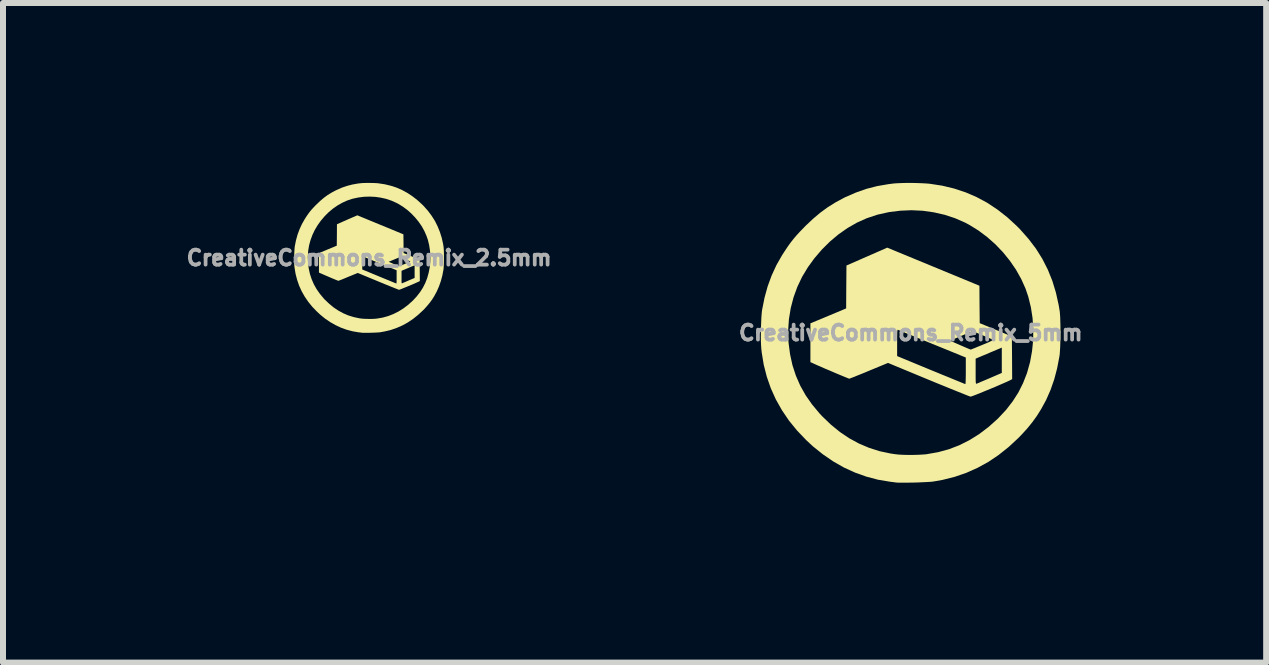
<source format=kicad_pcb>
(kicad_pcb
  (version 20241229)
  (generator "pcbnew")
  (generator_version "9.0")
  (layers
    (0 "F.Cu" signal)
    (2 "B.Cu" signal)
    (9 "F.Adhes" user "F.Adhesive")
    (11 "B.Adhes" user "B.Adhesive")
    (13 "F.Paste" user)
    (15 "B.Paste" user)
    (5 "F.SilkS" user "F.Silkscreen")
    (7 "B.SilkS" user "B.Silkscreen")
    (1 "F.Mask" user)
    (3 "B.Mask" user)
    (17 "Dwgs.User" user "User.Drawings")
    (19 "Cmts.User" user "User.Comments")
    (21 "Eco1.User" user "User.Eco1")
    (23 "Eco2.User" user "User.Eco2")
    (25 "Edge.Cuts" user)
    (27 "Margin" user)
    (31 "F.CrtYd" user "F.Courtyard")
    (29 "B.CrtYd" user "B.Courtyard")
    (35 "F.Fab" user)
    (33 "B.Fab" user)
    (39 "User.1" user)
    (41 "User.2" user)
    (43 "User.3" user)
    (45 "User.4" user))
  (footprint "CreativeCommons_Remix_5mm"
    (layer "F.Cu")
    (at 12.135 2.5)
    (property "Reference" "CreativeCommons_Remix_5mm" (at 0 0 0) (layer "F.Fab") (effects (font (size 0.25 0.25) (thickness 0.3))))
    (attr board_only exclude_from_pos_files exclude_from_bom)
    (fp_poly (pts (xy 0.376 -1.104) (xy 1.145 -0.786) (xy 1.147 -0.474) (xy 1.15 -0.162) (xy 1.686 0.06) (xy 1.689 0.416) (xy 1.691 0.772) (xy 1.648 0.794) (xy 1.619 0.808) (xy 1.578 0.826) (xy 1.528 0.848) (xy 1.47 0.873) (xy 1.408 0.9) (xy 1.343 0.927) (xy 1.277 0.954) (xy 1.214 0.98) (xy 1.154 1.005) (xy 1.101 1.026) (xy 1.057 1.043) (xy 1.024 1.055) (xy 1.003 1.062) (xy 0.999 1.063) (xy 0.987 1.06) (xy 0.96 1.05) (xy 0.919 1.034) (xy 0.865 1.012) (xy 0.799 0.986) (xy 0.723 0.955) (xy 0.638 0.921) (xy 0.546 0.883) (xy 0.447 0.843) (xy 0.343 0.8) (xy 0.299 0.782) (xy -0.379 0.501) (xy -0.696 0.632) (xy -0.767 0.662) (xy -0.834 0.689) (xy -0.894 0.713) (xy -0.945 0.734) (xy -0.985 0.749) (xy -1.013 0.76) (xy -1.026 0.764) (xy -1.026 0.764) (xy -1.037 0.76) (xy -1.062 0.75) (xy -1.099 0.735) (xy -1.145 0.716) (xy -1.2 0.693) (xy -1.26 0.668) (xy -1.322 0.641) (xy -1.386 0.614) (xy -1.448 0.588) (xy -1.506 0.562) (xy -1.558 0.54) (xy -1.602 0.52) (xy -1.635 0.505) (xy -1.643 0.501) (xy -1.673 0.488) (xy -1.673 0.387) (xy -0.227 0.387) (xy 0.339 0.621) (xy 0.435 0.66) (xy 0.526 0.698) (xy 0.611 0.732) (xy 0.688 0.764) (xy 0.756 0.792) (xy 0.813 0.815) (xy 0.859 0.834) (xy 0.891 0.847) (xy 0.908 0.853) (xy 0.911 0.854) (xy 0.913 0.846) (xy 0.915 0.821) (xy 0.916 0.784) (xy 0.917 0.735) (xy 0.918 0.679) (xy 0.918 0.642) (xy 1.082 0.642) (xy 1.082 0.709) (xy 1.082 0.76) (xy 1.083 0.798) (xy 1.084 0.823) (xy 1.086 0.839) (xy 1.089 0.846) (xy 1.093 0.849) (xy 1.099 0.847) (xy 1.099 0.847) (xy 1.112 0.842) (xy 1.139 0.831) (xy 1.177 0.814) (xy 1.225 0.794) (xy 1.279 0.771) (xy 1.317 0.755) (xy 1.518 0.668) (xy 1.518 0.457) (xy 1.518 0.246) (xy 1.425 0.285) (xy 1.38 0.304) (xy 1.325 0.327) (xy 1.267 0.352) (xy 1.212 0.375) (xy 1.207 0.377) (xy 1.082 0.43) (xy 1.082 0.642) (xy 0.918 0.642) (xy 0.918 0.633) (xy 0.918 0.411) (xy 0.357 0.182) (xy 0.261 0.143) (xy 0.229 0.13) (xy 0.654 0.13) (xy 0.825 0.205) (xy 0.876 0.227) (xy 0.922 0.247) (xy 0.96 0.263) (xy 0.987 0.274) (xy 1 0.278) (xy 1.001 0.279) (xy 1.011 0.275) (xy 1.035 0.265) (xy 1.071 0.251) (xy 1.116 0.232) (xy 1.168 0.211) (xy 1.194 0.2) (xy 1.248 0.178) (xy 1.295 0.158) (xy 1.333 0.14) (xy 1.36 0.127) (xy 1.374 0.119) (xy 1.375 0.118) (xy 1.365 0.112) (xy 1.341 0.101) (xy 1.305 0.086) (xy 1.26 0.066) (xy 1.21 0.045) (xy 1.201 0.041) (xy 1.033 -0.029) (xy 0.974 -0.005) (xy 0.943 0.008) (xy 0.901 0.025) (xy 0.852 0.046) (xy 0.801 0.068) (xy 0.784 0.075) (xy 0.654 0.13) (xy 0.229 0.13) (xy 0.17 0.106) (xy 0.085 0.071) (xy 0.008 0.039) (xy -0.06 0.012) (xy -0.118 -0.012) (xy -0.163 -0.031) (xy -0.196 -0.044) (xy -0.213 -0.051) (xy -0.216 -0.052) (xy -0.22 -0.05) (xy -0.222 -0.039) (xy -0.225 -0.017) (xy -0.226 0.018) (xy -0.227 0.066) (xy -0.227 0.13) (xy -0.227 0.165) (xy -0.227 0.387) (xy -1.673 0.387) (xy -1.673 -0.159) (xy -1.375 -0.283) (xy -1.077 -0.408) (xy -1.075 -0.765) (xy -1.072 -1.123) (xy -0.857 -1.217) (xy -0.789 -1.247) (xy -0.72 -1.277) (xy -0.652 -1.307) (xy -0.59 -1.334) (xy -0.538 -1.357) (xy -0.516 -1.366) (xy -0.392 -1.421)) (stroke (width 0) (type solid)) (fill yes) (layer "F.SilkS"))
    (fp_poly (pts (xy 0.017 -2.5) (xy 0.104 -2.498) (xy 0.186 -2.495) (xy 0.259 -2.491) (xy 0.318 -2.486) (xy 0.526 -2.454) (xy 0.725 -2.406) (xy 0.915 -2.343) (xy 1.098 -2.264) (xy 1.275 -2.169) (xy 1.444 -2.057) (xy 1.609 -1.928) (xy 1.768 -1.782) (xy 1.824 -1.725) (xy 1.963 -1.568) (xy 2.087 -1.405) (xy 2.194 -1.234) (xy 2.285 -1.055) (xy 2.361 -0.867) (xy 2.421 -0.669) (xy 2.467 -0.461) (xy 2.484 -0.359) (xy 2.488 -0.314) (xy 2.492 -0.255) (xy 2.494 -0.183) (xy 2.496 -0.104) (xy 2.496 -0.02) (xy 2.496 0.065) (xy 2.494 0.149) (xy 2.492 0.227) (xy 2.488 0.296) (xy 2.484 0.354) (xy 2.479 0.391) (xy 2.441 0.59) (xy 2.392 0.776) (xy 2.331 0.951) (xy 2.257 1.119) (xy 2.174 1.271) (xy 2.104 1.383) (xy 2.028 1.488) (xy 1.945 1.591) (xy 1.85 1.695) (xy 1.792 1.755) (xy 1.631 1.904) (xy 1.465 2.036) (xy 1.293 2.152) (xy 1.114 2.25) (xy 0.928 2.333) (xy 0.734 2.4) (xy 0.531 2.451) (xy 0.38 2.478) (xy 0.349 2.482) (xy 0.305 2.485) (xy 0.25 2.488) (xy 0.186 2.491) (xy 0.118 2.494) (xy 0.048 2.496) (xy -0.021 2.497) (xy -0.087 2.498) (xy -0.145 2.498) (xy -0.193 2.498) (xy -0.229 2.496) (xy -0.245 2.495) (xy -0.265 2.492) (xy -0.296 2.488) (xy -0.335 2.483) (xy -0.35 2.481) (xy -0.547 2.448) (xy -0.74 2.397) (xy -0.93 2.329) (xy -1.114 2.245) (xy -1.293 2.143) (xy -1.465 2.025) (xy -1.631 1.892) (xy -1.744 1.787) (xy -1.896 1.628) (xy -2.031 1.462) (xy -2.148 1.289) (xy -2.249 1.11) (xy -2.333 0.924) (xy -2.4 0.732) (xy -2.451 0.532) (xy -2.485 0.325) (xy -2.491 0.27) (xy -2.495 0.217) (xy -2.498 0.15) (xy -2.499 0.075) (xy -2.498 -0.007) (xy -2.498 -0.043) (xy -2.044 -0.043) (xy -2.039 0.144) (xy -2.037 0.168) (xy -2.012 0.358) (xy -1.972 0.54) (xy -1.915 0.714) (xy -1.842 0.881) (xy -1.752 1.041) (xy -1.645 1.194) (xy -1.521 1.343) (xy -1.474 1.393) (xy -1.329 1.532) (xy -1.179 1.654) (xy -1.024 1.758) (xy -0.862 1.846) (xy -0.694 1.917) (xy -0.518 1.973) (xy -0.334 2.012) (xy -0.266 2.022) (xy -0.205 2.029) (xy -0.132 2.033) (xy -0.05 2.035) (xy 0.035 2.035) (xy 0.118 2.033) (xy 0.195 2.029) (xy 0.26 2.024) (xy 0.27 2.022) (xy 0.457 1.989) (xy 0.637 1.94) (xy 0.811 1.873) (xy 0.978 1.789) (xy 1.14 1.688) (xy 1.296 1.57) (xy 1.447 1.435) (xy 1.464 1.418) (xy 1.591 1.282) (xy 1.7 1.141) (xy 1.794 0.994) (xy 1.872 0.839) (xy 1.936 0.676) (xy 1.94 0.664) (xy 1.989 0.488) (xy 2.022 0.307) (xy 2.041 0.123) (xy 2.043 -0.063) (xy 2.031 -0.247) (xy 2.003 -0.427) (xy 1.96 -0.602) (xy 1.913 -0.74) (xy 1.842 -0.898) (xy 1.755 -1.053) (xy 1.653 -1.202) (xy 1.538 -1.344) (xy 1.412 -1.476) (xy 1.275 -1.597) (xy 1.13 -1.706) (xy 0.978 -1.8) (xy 0.905 -1.839) (xy 0.738 -1.912) (xy 0.564 -1.969) (xy 0.384 -2.01) (xy 0.2 -2.036) (xy 0.013 -2.045) (xy -0.174 -2.037) (xy -0.361 -2.014) (xy -0.545 -1.973) (xy -0.567 -1.967) (xy -0.734 -1.911) (xy -0.897 -1.838) (xy -1.054 -1.748) (xy -1.204 -1.643) (xy -1.347 -1.523) (xy -1.482 -1.389) (xy -1.608 -1.242) (xy -1.715 -1.094) (xy -1.811 -0.935) (xy -1.891 -0.767) (xy -1.954 -0.593) (xy -2.001 -0.413) (xy -2.031 -0.23) (xy -2.044 -0.043) (xy -2.498 -0.043) (xy -2.497 -0.09) (xy -2.494 -0.171) (xy -2.491 -0.247) (xy -2.486 -0.314) (xy -2.481 -0.367) (xy -2.478 -0.385) (xy -2.438 -0.586) (xy -2.386 -0.775) (xy -2.32 -0.955) (xy -2.241 -1.127) (xy -2.146 -1.294) (xy -2.1 -1.365) (xy -2.05 -1.44) (xy -2.003 -1.505) (xy -1.956 -1.565) (xy -1.906 -1.624) (xy -1.85 -1.685) (xy -1.785 -1.752) (xy -1.751 -1.787) (xy -1.628 -1.903) (xy -1.508 -2.004) (xy -1.385 -2.094) (xy -1.257 -2.174) (xy -1.119 -2.249) (xy -1.086 -2.265) (xy -0.913 -2.34) (xy -0.74 -2.401) (xy -0.561 -2.447) (xy -0.375 -2.479) (xy -0.282 -2.491) (xy -0.223 -2.495) (xy -0.151 -2.498) (xy -0.069 -2.5)) (stroke (width 0) (type solid)) (fill yes) (layer "F.SilkS")))
  (footprint "CreativeCommons_Remix_2.5mm"
    (layer "F.Cu")
    (at 3.104 1.25)
    (property "Reference" "CreativeCommons_Remix_2.5mm" (at 0 0 0) (layer "F.Fab") (effects (font (size 0.25 0.25) (thickness 0.3))))
    (attr board_only exclude_from_pos_files exclude_from_bom)
    (fp_poly (pts (xy 0.572 -0.393) (xy 0.574 -0.237) (xy 0.575 -0.081) (xy 0.843 0.03) (xy 0.846 0.386) (xy 0.824 0.397) (xy 0.809 0.404) (xy 0.789 0.413) (xy 0.764 0.424) (xy 0.735 0.437) (xy 0.704 0.45) (xy 0.671 0.464) (xy 0.639 0.477) (xy 0.607 0.49) (xy 0.577 0.502) (xy 0.551 0.513) (xy 0.528 0.522) (xy 0.512 0.528) (xy 0.502 0.531) (xy 0.5 0.532) (xy 0.494 0.53) (xy 0.48 0.525) (xy 0.46 0.517) (xy 0.432 0.506) (xy 0.4 0.493) (xy 0.362 0.478) (xy 0.319 0.46) (xy 0.273 0.442) (xy 0.223 0.421) (xy 0.171 0.4) (xy 0.15 0.391) (xy -0.189 0.251) (xy -0.348 0.316) (xy -0.384 0.331) (xy -0.417 0.345) (xy -0.447 0.357) (xy -0.472 0.367) (xy -0.493 0.375) (xy -0.506 0.38) (xy -0.513 0.382) (xy -0.513 0.382) (xy -0.518 0.38) (xy -0.531 0.375) (xy -0.549 0.368) (xy -0.573 0.358) (xy -0.6 0.347) (xy -0.63 0.334) (xy -0.661 0.321) (xy -0.693 0.307) (xy -0.724 0.294) (xy -0.753 0.281) (xy -0.779 0.27) (xy -0.801 0.26) (xy -0.818 0.253) (xy -0.822 0.251) (xy -0.836 0.244) (xy -0.836 0.193) (xy -0.114 0.193) (xy 0.169 0.31) (xy 0.217 0.33) (xy 0.263 0.349) (xy 0.305 0.366) (xy 0.344 0.382) (xy 0.378 0.396) (xy 0.407 0.408) (xy 0.429 0.417) (xy 0.445 0.423) (xy 0.454 0.427) (xy 0.456 0.427) (xy 0.457 0.423) (xy 0.457 0.411) (xy 0.458 0.392) (xy 0.459 0.368) (xy 0.459 0.339) (xy 0.459 0.321) (xy 0.541 0.321) (xy 0.541 0.355) (xy 0.541 0.38) (xy 0.541 0.399) (xy 0.542 0.412) (xy 0.543 0.419) (xy 0.545 0.423) (xy 0.547 0.424) (xy 0.549 0.424) (xy 0.549 0.424) (xy 0.556 0.421) (xy 0.569 0.415) (xy 0.589 0.407) (xy 0.613 0.397) (xy 0.64 0.385) (xy 0.658 0.377) (xy 0.759 0.334) (xy 0.759 0.229) (xy 0.759 0.123) (xy 0.712 0.143) (xy 0.69 0.152) (xy 0.663 0.164) (xy 0.634 0.176) (xy 0.606 0.187) (xy 0.603 0.189) (xy 0.541 0.215) (xy 0.541 0.321) (xy 0.459 0.321) (xy 0.459 0.316) (xy 0.459 0.206) (xy 0.178 0.091) (xy 0.13 0.071) (xy 0.114 0.065) (xy 0.327 0.065) (xy 0.412 0.102) (xy 0.438 0.114) (xy 0.461 0.124) (xy 0.48 0.131) (xy 0.493 0.137) (xy 0.5 0.139) (xy 0.501 0.139) (xy 0.505 0.137) (xy 0.517 0.133) (xy 0.535 0.125) (xy 0.558 0.116) (xy 0.584 0.106) (xy 0.597 0.1) (xy 0.624 0.089) (xy 0.648 0.079) (xy 0.667 0.07) (xy 0.68 0.064) (xy 0.687 0.06) (xy 0.687 0.059) (xy 0.682 0.056) (xy 0.67 0.051) (xy 0.652 0.043) (xy 0.63 0.033) (xy 0.605 0.022) (xy 0.6 0.021) (xy 0.517 -0.015) (xy 0.487 -0.002) (xy 0.472 0.004) (xy 0.451 0.013) (xy 0.426 0.023) (xy 0.4 0.034) (xy 0.392 0.037) (xy 0.327 0.065) (xy 0.114 0.065) (xy 0.085 0.053) (xy 0.043 0.035) (xy 0.004 0.02) (xy -0.03 0.006) (xy -0.059 -0.006) (xy -0.082 -0.015) (xy -0.098 -0.022) (xy -0.107 -0.025) (xy -0.108 -0.026) (xy -0.11 -0.025) (xy -0.111 -0.019) (xy -0.112 -0.008) (xy -0.113 0.009) (xy -0.113 0.033) (xy -0.114 0.065) (xy -0.114 0.083) (xy -0.114 0.193) (xy -0.836 0.193) (xy -0.836 -0.08) (xy -0.688 -0.142) (xy -0.539 -0.204) (xy -0.537 -0.383) (xy -0.536 -0.561) (xy -0.428 -0.609) (xy -0.395 -0.623) (xy -0.36 -0.639) (xy -0.326 -0.654) (xy -0.295 -0.667) (xy -0.269 -0.679) (xy -0.258 -0.683) (xy -0.196 -0.71)) (stroke (width 0) (type solid)) (fill yes) (layer "F.SilkS"))
    (fp_poly (pts (xy 0.009 -1.25) (xy 0.052 -1.249) (xy 0.093 -1.248) (xy 0.13 -1.246) (xy 0.159 -1.243) (xy 0.263 -1.227) (xy 0.362 -1.203) (xy 0.458 -1.172) (xy 0.549 -1.132) (xy 0.637 -1.084) (xy 0.722 -1.028) (xy 0.804 -0.964) (xy 0.884 -0.891) (xy 0.912 -0.863) (xy 0.982 -0.784) (xy 1.043 -0.702) (xy 1.097 -0.617) (xy 1.142 -0.527) (xy 1.18 -0.433) (xy 1.211 -0.335) (xy 1.234 -0.231) (xy 1.242 -0.18) (xy 1.244 -0.157) (xy 1.246 -0.127) (xy 1.247 -0.092) (xy 1.248 -0.052) (xy 1.248 -0.01) (xy 1.248 0.033) (xy 1.247 0.074) (xy 1.246 0.113) (xy 1.244 0.148) (xy 1.242 0.177) (xy 1.24 0.195) (xy 1.221 0.295) (xy 1.196 0.388) (xy 1.165 0.476) (xy 1.128 0.56) (xy 1.087 0.636) (xy 1.052 0.692) (xy 1.014 0.744) (xy 0.972 0.795) (xy 0.925 0.848) (xy 0.896 0.877) (xy 0.815 0.952) (xy 0.732 1.018) (xy 0.646 1.076) (xy 0.557 1.125) (xy 0.464 1.166) (xy 0.367 1.2) (xy 0.265 1.225) (xy 0.19 1.239) (xy 0.175 1.241) (xy 0.153 1.243) (xy 0.125 1.244) (xy 0.093 1.246) (xy 0.059 1.247) (xy 0.024 1.248) (xy -0.011 1.249) (xy -0.043 1.249) (xy -0.072 1.249) (xy -0.097 1.249) (xy -0.114 1.248) (xy -0.123 1.247) (xy -0.132 1.246) (xy -0.148 1.244) (xy -0.167 1.241) (xy -0.175 1.241) (xy -0.273 1.224) (xy -0.37 1.199) (xy -0.465 1.165) (xy -0.557 1.122) (xy -0.646 1.072) (xy -0.733 1.013) (xy -0.815 0.946) (xy -0.872 0.893) (xy -0.948 0.814) (xy -1.015 0.731) (xy -1.074 0.645) (xy -1.125 0.555) (xy -1.167 0.462) (xy -1.2 0.366) (xy -1.226 0.266) (xy -1.243 0.162) (xy -1.246 0.135) (xy -1.248 0.108) (xy -1.249 0.075) (xy -1.249 0.037) (xy -1.249 -0.003) (xy -1.249 -0.022) (xy -1.022 -0.022) (xy -1.019 0.072) (xy -1.018 0.084) (xy -1.006 0.179) (xy -0.986 0.27) (xy -0.957 0.357) (xy -0.921 0.44) (xy -0.876 0.52) (xy -0.822 0.597) (xy -0.761 0.671) (xy -0.737 0.697) (xy -0.664 0.766) (xy -0.59 0.827) (xy -0.512 0.879) (xy -0.431 0.923) (xy -0.347 0.959) (xy -0.259 0.986) (xy -0.167 1.006) (xy -0.133 1.011) (xy -0.103 1.014) (xy -0.066 1.016) (xy -0.025 1.017) (xy 0.017 1.018) (xy 0.059 1.017) (xy 0.098 1.015) (xy 0.13 1.012) (xy 0.135 1.011) (xy 0.228 0.995) (xy 0.318 0.97) (xy 0.405 0.936) (xy 0.489 0.894) (xy 0.57 0.844) (xy 0.648 0.785) (xy 0.724 0.717) (xy 0.732 0.709) (xy 0.795 0.641) (xy 0.85 0.57) (xy 0.897 0.497) (xy 0.936 0.42) (xy 0.968 0.338) (xy 0.97 0.332) (xy 0.994 0.244) (xy 1.011 0.154) (xy 1.02 0.061) (xy 1.022 -0.031) (xy 1.015 -0.123) (xy 1.001 -0.214) (xy 0.98 -0.301) (xy 0.956 -0.37) (xy 0.921 -0.449) (xy 0.878 -0.527) (xy 0.827 -0.601) (xy 0.769 -0.672) (xy 0.706 -0.738) (xy 0.638 -0.799) (xy 0.565 -0.853) (xy 0.489 -0.9) (xy 0.452 -0.919) (xy 0.369 -0.956) (xy 0.282 -0.985) (xy 0.192 -1.005) (xy 0.1 -1.018) (xy 0.007 -1.022) (xy -0.087 -1.019) (xy -0.18 -1.007) (xy -0.273 -0.987) (xy -0.284 -0.984) (xy -0.367 -0.956) (xy -0.448 -0.919) (xy -0.527 -0.874) (xy -0.602 -0.822) (xy -0.674 -0.762) (xy -0.741 -0.695) (xy -0.804 -0.621) (xy -0.857 -0.547) (xy -0.905 -0.467) (xy -0.945 -0.383) (xy -0.977 -0.296) (xy -1.001 -0.207) (xy -1.016 -0.115) (xy -1.022 -0.022) (xy -1.249 -0.022) (xy -1.248 -0.045) (xy -1.247 -0.086) (xy -1.245 -0.123) (xy -1.243 -0.157) (xy -1.24 -0.184) (xy -1.239 -0.193) (xy -1.219 -0.293) (xy -1.193 -0.388) (xy -1.16 -0.477) (xy -1.12 -0.564) (xy -1.073 -0.647) (xy -1.05 -0.683) (xy -1.025 -0.72) (xy -1.001 -0.753) (xy -0.978 -0.783) (xy -0.953 -0.812) (xy -0.925 -0.842) (xy -0.893 -0.876) (xy -0.875 -0.893) (xy -0.814 -0.951) (xy -0.754 -1.002) (xy -0.693 -1.047) (xy -0.628 -1.087) (xy -0.559 -1.124) (xy -0.543 -1.132) (xy -0.457 -1.17) (xy -0.37 -1.2) (xy -0.281 -1.223) (xy -0.187 -1.24) (xy -0.141 -1.245) (xy -0.112 -1.248) (xy -0.075 -1.249) (xy -0.035 -1.25)) (stroke (width 0) (type solid)) (fill yes) (layer "F.SilkS")))
  (gr_rect
    (start -3 -3)
    (end 18.061 7.998)
    (stroke (width 0.1) (type default))
    (fill no)
    (layer "Edge.Cuts")))
</source>
